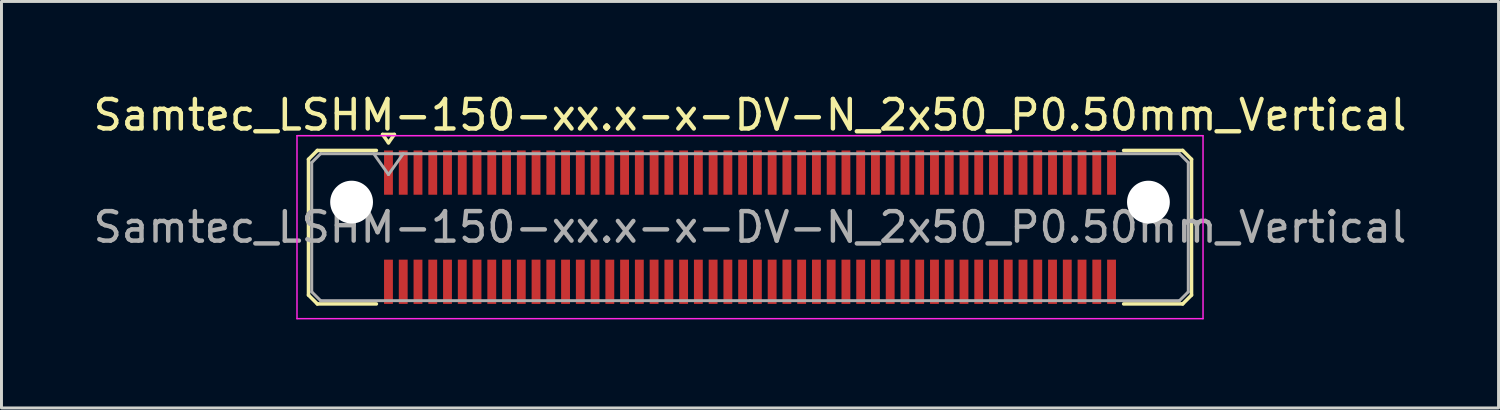
<source format=kicad_pcb>
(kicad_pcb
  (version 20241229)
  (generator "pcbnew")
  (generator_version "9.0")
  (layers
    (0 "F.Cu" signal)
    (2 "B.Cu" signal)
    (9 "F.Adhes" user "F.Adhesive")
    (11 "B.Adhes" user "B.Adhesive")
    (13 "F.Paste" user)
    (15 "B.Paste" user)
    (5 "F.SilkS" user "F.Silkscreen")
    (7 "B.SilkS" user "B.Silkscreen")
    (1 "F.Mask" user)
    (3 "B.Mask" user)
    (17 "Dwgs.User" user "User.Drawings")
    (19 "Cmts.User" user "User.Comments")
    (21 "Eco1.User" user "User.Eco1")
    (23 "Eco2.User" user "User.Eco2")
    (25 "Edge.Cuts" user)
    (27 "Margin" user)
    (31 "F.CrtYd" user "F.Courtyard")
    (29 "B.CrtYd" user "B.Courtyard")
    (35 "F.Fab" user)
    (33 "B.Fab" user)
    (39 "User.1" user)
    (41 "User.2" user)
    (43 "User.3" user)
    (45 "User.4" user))
  (footprint "Samtec_LSHM-150-xx.x-x-DV-N_2x50_P0.50mm_Vertical"
    (layer "F.Cu")
    (at 22.363 4.648)
    (property "Reference" "Samtec_LSHM-150-xx.x-x-DV-N_2x50_P0.50mm_Vertical" (at 0 -3.8 0) (layer "F.SilkS") (effects (font (size 1 1) (thickness 0.15))))
    (attr smd)
    (fp_line (start -14.96 -2.3) (end -14.96 2.3) (stroke (width 0.12) (type solid)) (layer "F.SilkS"))
    (fp_line (start -14.96 2.3) (end -14.66 2.6) (stroke (width 0.12) (type solid)) (layer "F.SilkS"))
    (fp_line (start -14.66 -2.6) (end -14.96 -2.3) (stroke (width 0.12) (type solid)) (layer "F.SilkS"))
    (fp_line (start -14.66 2.6) (end -12.66 2.6) (stroke (width 0.12) (type solid)) (layer "F.SilkS"))
    (fp_line (start -12.66 -2.6) (end -14.66 -2.6) (stroke (width 0.12) (type solid)) (layer "F.SilkS"))
    (fp_line (start -12.45 -3.143) (end -12.05 -3.143) (stroke (width 0.12) (type solid)) (layer "F.SilkS"))
    (fp_line (start -12.25 -2.86) (end -12.45 -3.143) (stroke (width 0.12) (type solid)) (layer "F.SilkS"))
    (fp_line (start -12.05 -3.143) (end -12.25 -2.86) (stroke (width 0.12) (type solid)) (layer "F.SilkS"))
    (fp_line (start 12.66 -2.6) (end 14.66 -2.6) (stroke (width 0.12) (type solid)) (layer "F.SilkS"))
    (fp_line (start 14.66 -2.6) (end 14.96 -2.3) (stroke (width 0.12) (type solid)) (layer "F.SilkS"))
    (fp_line (start 14.66 2.6) (end 12.66 2.6) (stroke (width 0.12) (type solid)) (layer "F.SilkS"))
    (fp_line (start 14.96 -2.3) (end 14.96 2.3) (stroke (width 0.12) (type solid)) (layer "F.SilkS"))
    (fp_line (start 14.96 2.3) (end 14.66 2.6) (stroke (width 0.12) (type solid)) (layer "F.SilkS"))
    (fp_line (start -15.35 -3.1) (end -15.35 3.1) (stroke (width 0.05) (type solid)) (layer "F.CrtYd"))
    (fp_line (start -15.35 3.1) (end 15.35 3.1) (stroke (width 0.05) (type solid)) (layer "F.CrtYd"))
    (fp_line (start 15.35 -3.1) (end -15.35 -3.1) (stroke (width 0.05) (type solid)) (layer "F.CrtYd"))
    (fp_line (start 15.35 3.1) (end 15.35 -3.1) (stroke (width 0.05) (type solid)) (layer "F.CrtYd"))
    (fp_line (start -14.85 -2.19) (end -14.85 2.19) (stroke (width 0.1) (type solid)) (layer "F.Fab"))
    (fp_line (start -14.85 2.19) (end -14.55 2.49) (stroke (width 0.1) (type solid)) (layer "F.Fab"))
    (fp_line (start -14.55 -2.49) (end -14.85 -2.19) (stroke (width 0.1) (type solid)) (layer "F.Fab"))
    (fp_line (start -14.55 2.49) (end 0 2.49) (stroke (width 0.1) (type solid)) (layer "F.Fab"))
    (fp_line (start -12.75 -2.49) (end -12.25 -1.783) (stroke (width 0.1) (type solid)) (layer "F.Fab"))
    (fp_line (start -12.25 -1.783) (end -11.75 -2.49) (stroke (width 0.1) (type solid)) (layer "F.Fab"))
    (fp_line (start 0 -2.49) (end -14.55 -2.49) (stroke (width 0.1) (type solid)) (layer "F.Fab"))
    (fp_line (start 0 -2.49) (end 14.55 -2.49) (stroke (width 0.1) (type solid)) (layer "F.Fab"))
    (fp_line (start 14.55 -2.49) (end 14.85 -2.19) (stroke (width 0.1) (type solid)) (layer "F.Fab"))
    (fp_line (start 14.55 2.49) (end 0 2.49) (stroke (width 0.1) (type solid)) (layer "F.Fab"))
    (fp_line (start 14.85 -2.19) (end 14.85 2.19) (stroke (width 0.1) (type solid)) (layer "F.Fab"))
    (fp_line (start 14.85 2.19) (end 14.55 2.49) (stroke (width 0.1) (type solid)) (layer "F.Fab"))
    (fp_text user "${REFERENCE}" (at 0 0 0) (layer "F.Fab") (effects (font (size 1 1) (thickness 0.15))))
    (pad "" np_thru_hole circle (at -13.5 -0.85) (size 1.45 1.45) (drill 1.45) (layers "*.Cu" "*.Mask"))
    (pad "" np_thru_hole circle (at 13.5 -0.85) (size 1.45 1.45) (drill 1.45) (layers "*.Cu" "*.Mask"))
    (pad "1" smd rect (at -12.25 -1.85) (size 0.3 1.5) (layers "F.Cu" "F.Mask" "F.Paste"))
    (pad "2" smd rect (at -12.25 1.85) (size 0.3 1.5) (layers "F.Cu" "F.Mask" "F.Paste"))
    (pad "3" smd rect (at -11.75 -1.85) (size 0.3 1.5) (layers "F.Cu" "F.Mask" "F.Paste"))
    (pad "4" smd rect (at -11.75 1.85) (size 0.3 1.5) (layers "F.Cu" "F.Mask" "F.Paste"))
    (pad "5" smd rect (at -11.25 -1.85) (size 0.3 1.5) (layers "F.Cu" "F.Mask" "F.Paste"))
    (pad "6" smd rect (at -11.25 1.85) (size 0.3 1.5) (layers "F.Cu" "F.Mask" "F.Paste"))
    (pad "7" smd rect (at -10.75 -1.85) (size 0.3 1.5) (layers "F.Cu" "F.Mask" "F.Paste"))
    (pad "8" smd rect (at -10.75 1.85) (size 0.3 1.5) (layers "F.Cu" "F.Mask" "F.Paste"))
    (pad "9" smd rect (at -10.25 -1.85) (size 0.3 1.5) (layers "F.Cu" "F.Mask" "F.Paste"))
    (pad "10" smd rect (at -10.25 1.85) (size 0.3 1.5) (layers "F.Cu" "F.Mask" "F.Paste"))
    (pad "11" smd rect (at -9.75 -1.85) (size 0.3 1.5) (layers "F.Cu" "F.Mask" "F.Paste"))
    (pad "12" smd rect (at -9.75 1.85) (size 0.3 1.5) (layers "F.Cu" "F.Mask" "F.Paste"))
    (pad "13" smd rect (at -9.25 -1.85) (size 0.3 1.5) (layers "F.Cu" "F.Mask" "F.Paste"))
    (pad "14" smd rect (at -9.25 1.85) (size 0.3 1.5) (layers "F.Cu" "F.Mask" "F.Paste"))
    (pad "15" smd rect (at -8.75 -1.85) (size 0.3 1.5) (layers "F.Cu" "F.Mask" "F.Paste"))
    (pad "16" smd rect (at -8.75 1.85) (size 0.3 1.5) (layers "F.Cu" "F.Mask" "F.Paste"))
    (pad "17" smd rect (at -8.25 -1.85) (size 0.3 1.5) (layers "F.Cu" "F.Mask" "F.Paste"))
    (pad "18" smd rect (at -8.25 1.85) (size 0.3 1.5) (layers "F.Cu" "F.Mask" "F.Paste"))
    (pad "19" smd rect (at -7.75 -1.85) (size 0.3 1.5) (layers "F.Cu" "F.Mask" "F.Paste"))
    (pad "20" smd rect (at -7.75 1.85) (size 0.3 1.5) (layers "F.Cu" "F.Mask" "F.Paste"))
    (pad "21" smd rect (at -7.25 -1.85) (size 0.3 1.5) (layers "F.Cu" "F.Mask" "F.Paste"))
    (pad "22" smd rect (at -7.25 1.85) (size 0.3 1.5) (layers "F.Cu" "F.Mask" "F.Paste"))
    (pad "23" smd rect (at -6.75 -1.85) (size 0.3 1.5) (layers "F.Cu" "F.Mask" "F.Paste"))
    (pad "24" smd rect (at -6.75 1.85) (size 0.3 1.5) (layers "F.Cu" "F.Mask" "F.Paste"))
    (pad "25" smd rect (at -6.25 -1.85) (size 0.3 1.5) (layers "F.Cu" "F.Mask" "F.Paste"))
    (pad "26" smd rect (at -6.25 1.85) (size 0.3 1.5) (layers "F.Cu" "F.Mask" "F.Paste"))
    (pad "27" smd rect (at -5.75 -1.85) (size 0.3 1.5) (layers "F.Cu" "F.Mask" "F.Paste"))
    (pad "28" smd rect (at -5.75 1.85) (size 0.3 1.5) (layers "F.Cu" "F.Mask" "F.Paste"))
    (pad "29" smd rect (at -5.25 -1.85) (size 0.3 1.5) (layers "F.Cu" "F.Mask" "F.Paste"))
    (pad "30" smd rect (at -5.25 1.85) (size 0.3 1.5) (layers "F.Cu" "F.Mask" "F.Paste"))
    (pad "31" smd rect (at -4.75 -1.85) (size 0.3 1.5) (layers "F.Cu" "F.Mask" "F.Paste"))
    (pad "32" smd rect (at -4.75 1.85) (size 0.3 1.5) (layers "F.Cu" "F.Mask" "F.Paste"))
    (pad "33" smd rect (at -4.25 -1.85) (size 0.3 1.5) (layers "F.Cu" "F.Mask" "F.Paste"))
    (pad "34" smd rect (at -4.25 1.85) (size 0.3 1.5) (layers "F.Cu" "F.Mask" "F.Paste"))
    (pad "35" smd rect (at -3.75 -1.85) (size 0.3 1.5) (layers "F.Cu" "F.Mask" "F.Paste"))
    (pad "36" smd rect (at -3.75 1.85) (size 0.3 1.5) (layers "F.Cu" "F.Mask" "F.Paste"))
    (pad "37" smd rect (at -3.25 -1.85) (size 0.3 1.5) (layers "F.Cu" "F.Mask" "F.Paste"))
    (pad "38" smd rect (at -3.25 1.85) (size 0.3 1.5) (layers "F.Cu" "F.Mask" "F.Paste"))
    (pad "39" smd rect (at -2.75 -1.85) (size 0.3 1.5) (layers "F.Cu" "F.Mask" "F.Paste"))
    (pad "40" smd rect (at -2.75 1.85) (size 0.3 1.5) (layers "F.Cu" "F.Mask" "F.Paste"))
    (pad "41" smd rect (at -2.25 -1.85) (size 0.3 1.5) (layers "F.Cu" "F.Mask" "F.Paste"))
    (pad "42" smd rect (at -2.25 1.85) (size 0.3 1.5) (layers "F.Cu" "F.Mask" "F.Paste"))
    (pad "43" smd rect (at -1.75 -1.85) (size 0.3 1.5) (layers "F.Cu" "F.Mask" "F.Paste"))
    (pad "44" smd rect (at -1.75 1.85) (size 0.3 1.5) (layers "F.Cu" "F.Mask" "F.Paste"))
    (pad "45" smd rect (at -1.25 -1.85) (size 0.3 1.5) (layers "F.Cu" "F.Mask" "F.Paste"))
    (pad "46" smd rect (at -1.25 1.85) (size 0.3 1.5) (layers "F.Cu" "F.Mask" "F.Paste"))
    (pad "47" smd rect (at -0.75 -1.85) (size 0.3 1.5) (layers "F.Cu" "F.Mask" "F.Paste"))
    (pad "48" smd rect (at -0.75 1.85) (size 0.3 1.5) (layers "F.Cu" "F.Mask" "F.Paste"))
    (pad "49" smd rect (at -0.25 -1.85) (size 0.3 1.5) (layers "F.Cu" "F.Mask" "F.Paste"))
    (pad "50" smd rect (at -0.25 1.85) (size 0.3 1.5) (layers "F.Cu" "F.Mask" "F.Paste"))
    (pad "51" smd rect (at 0.25 -1.85) (size 0.3 1.5) (layers "F.Cu" "F.Mask" "F.Paste"))
    (pad "52" smd rect (at 0.25 1.85) (size 0.3 1.5) (layers "F.Cu" "F.Mask" "F.Paste"))
    (pad "53" smd rect (at 0.75 -1.85) (size 0.3 1.5) (layers "F.Cu" "F.Mask" "F.Paste"))
    (pad "54" smd rect (at 0.75 1.85) (size 0.3 1.5) (layers "F.Cu" "F.Mask" "F.Paste"))
    (pad "55" smd rect (at 1.25 -1.85) (size 0.3 1.5) (layers "F.Cu" "F.Mask" "F.Paste"))
    (pad "56" smd rect (at 1.25 1.85) (size 0.3 1.5) (layers "F.Cu" "F.Mask" "F.Paste"))
    (pad "57" smd rect (at 1.75 -1.85) (size 0.3 1.5) (layers "F.Cu" "F.Mask" "F.Paste"))
    (pad "58" smd rect (at 1.75 1.85) (size 0.3 1.5) (layers "F.Cu" "F.Mask" "F.Paste"))
    (pad "59" smd rect (at 2.25 -1.85) (size 0.3 1.5) (layers "F.Cu" "F.Mask" "F.Paste"))
    (pad "60" smd rect (at 2.25 1.85) (size 0.3 1.5) (layers "F.Cu" "F.Mask" "F.Paste"))
    (pad "61" smd rect (at 2.75 -1.85) (size 0.3 1.5) (layers "F.Cu" "F.Mask" "F.Paste"))
    (pad "62" smd rect (at 2.75 1.85) (size 0.3 1.5) (layers "F.Cu" "F.Mask" "F.Paste"))
    (pad "63" smd rect (at 3.25 -1.85) (size 0.3 1.5) (layers "F.Cu" "F.Mask" "F.Paste"))
    (pad "64" smd rect (at 3.25 1.85) (size 0.3 1.5) (layers "F.Cu" "F.Mask" "F.Paste"))
    (pad "65" smd rect (at 3.75 -1.85) (size 0.3 1.5) (layers "F.Cu" "F.Mask" "F.Paste"))
    (pad "66" smd rect (at 3.75 1.85) (size 0.3 1.5) (layers "F.Cu" "F.Mask" "F.Paste"))
    (pad "67" smd rect (at 4.25 -1.85) (size 0.3 1.5) (layers "F.Cu" "F.Mask" "F.Paste"))
    (pad "68" smd rect (at 4.25 1.85) (size 0.3 1.5) (layers "F.Cu" "F.Mask" "F.Paste"))
    (pad "69" smd rect (at 4.75 -1.85) (size 0.3 1.5) (layers "F.Cu" "F.Mask" "F.Paste"))
    (pad "70" smd rect (at 4.75 1.85) (size 0.3 1.5) (layers "F.Cu" "F.Mask" "F.Paste"))
    (pad "71" smd rect (at 5.25 -1.85) (size 0.3 1.5) (layers "F.Cu" "F.Mask" "F.Paste"))
    (pad "72" smd rect (at 5.25 1.85) (size 0.3 1.5) (layers "F.Cu" "F.Mask" "F.Paste"))
    (pad "73" smd rect (at 5.75 -1.85) (size 0.3 1.5) (layers "F.Cu" "F.Mask" "F.Paste"))
    (pad "74" smd rect (at 5.75 1.85) (size 0.3 1.5) (layers "F.Cu" "F.Mask" "F.Paste"))
    (pad "75" smd rect (at 6.25 -1.85) (size 0.3 1.5) (layers "F.Cu" "F.Mask" "F.Paste"))
    (pad "76" smd rect (at 6.25 1.85) (size 0.3 1.5) (layers "F.Cu" "F.Mask" "F.Paste"))
    (pad "77" smd rect (at 6.75 -1.85) (size 0.3 1.5) (layers "F.Cu" "F.Mask" "F.Paste"))
    (pad "78" smd rect (at 6.75 1.85) (size 0.3 1.5) (layers "F.Cu" "F.Mask" "F.Paste"))
    (pad "79" smd rect (at 7.25 -1.85) (size 0.3 1.5) (layers "F.Cu" "F.Mask" "F.Paste"))
    (pad "80" smd rect (at 7.25 1.85) (size 0.3 1.5) (layers "F.Cu" "F.Mask" "F.Paste"))
    (pad "81" smd rect (at 7.75 -1.85) (size 0.3 1.5) (layers "F.Cu" "F.Mask" "F.Paste"))
    (pad "82" smd rect (at 7.75 1.85) (size 0.3 1.5) (layers "F.Cu" "F.Mask" "F.Paste"))
    (pad "83" smd rect (at 8.25 -1.85) (size 0.3 1.5) (layers "F.Cu" "F.Mask" "F.Paste"))
    (pad "84" smd rect (at 8.25 1.85) (size 0.3 1.5) (layers "F.Cu" "F.Mask" "F.Paste"))
    (pad "85" smd rect (at 8.75 -1.85) (size 0.3 1.5) (layers "F.Cu" "F.Mask" "F.Paste"))
    (pad "86" smd rect (at 8.75 1.85) (size 0.3 1.5) (layers "F.Cu" "F.Mask" "F.Paste"))
    (pad "87" smd rect (at 9.25 -1.85) (size 0.3 1.5) (layers "F.Cu" "F.Mask" "F.Paste"))
    (pad "88" smd rect (at 9.25 1.85) (size 0.3 1.5) (layers "F.Cu" "F.Mask" "F.Paste"))
    (pad "89" smd rect (at 9.75 -1.85) (size 0.3 1.5) (layers "F.Cu" "F.Mask" "F.Paste"))
    (pad "90" smd rect (at 9.75 1.85) (size 0.3 1.5) (layers "F.Cu" "F.Mask" "F.Paste"))
    (pad "91" smd rect (at 10.25 -1.85) (size 0.3 1.5) (layers "F.Cu" "F.Mask" "F.Paste"))
    (pad "92" smd rect (at 10.25 1.85) (size 0.3 1.5) (layers "F.Cu" "F.Mask" "F.Paste"))
    (pad "93" smd rect (at 10.75 -1.85) (size 0.3 1.5) (layers "F.Cu" "F.Mask" "F.Paste"))
    (pad "94" smd rect (at 10.75 1.85) (size 0.3 1.5) (layers "F.Cu" "F.Mask" "F.Paste"))
    (pad "95" smd rect (at 11.25 -1.85) (size 0.3 1.5) (layers "F.Cu" "F.Mask" "F.Paste"))
    (pad "96" smd rect (at 11.25 1.85) (size 0.3 1.5) (layers "F.Cu" "F.Mask" "F.Paste"))
    (pad "97" smd rect (at 11.75 -1.85) (size 0.3 1.5) (layers "F.Cu" "F.Mask" "F.Paste"))
    (pad "98" smd rect (at 11.75 1.85) (size 0.3 1.5) (layers "F.Cu" "F.Mask" "F.Paste"))
    (pad "99" smd rect (at 12.25 -1.85) (size 0.3 1.5) (layers "F.Cu" "F.Mask" "F.Paste"))
    (pad "100" smd rect (at 12.25 1.85) (size 0.3 1.5) (layers "F.Cu" "F.Mask" "F.Paste")))
  (gr_rect
    (start -3 -3)
    (end 47.726 10.773)
    (stroke (width 0.1) (type default))
    (fill no)
    (layer "Edge.Cuts")))
</source>
